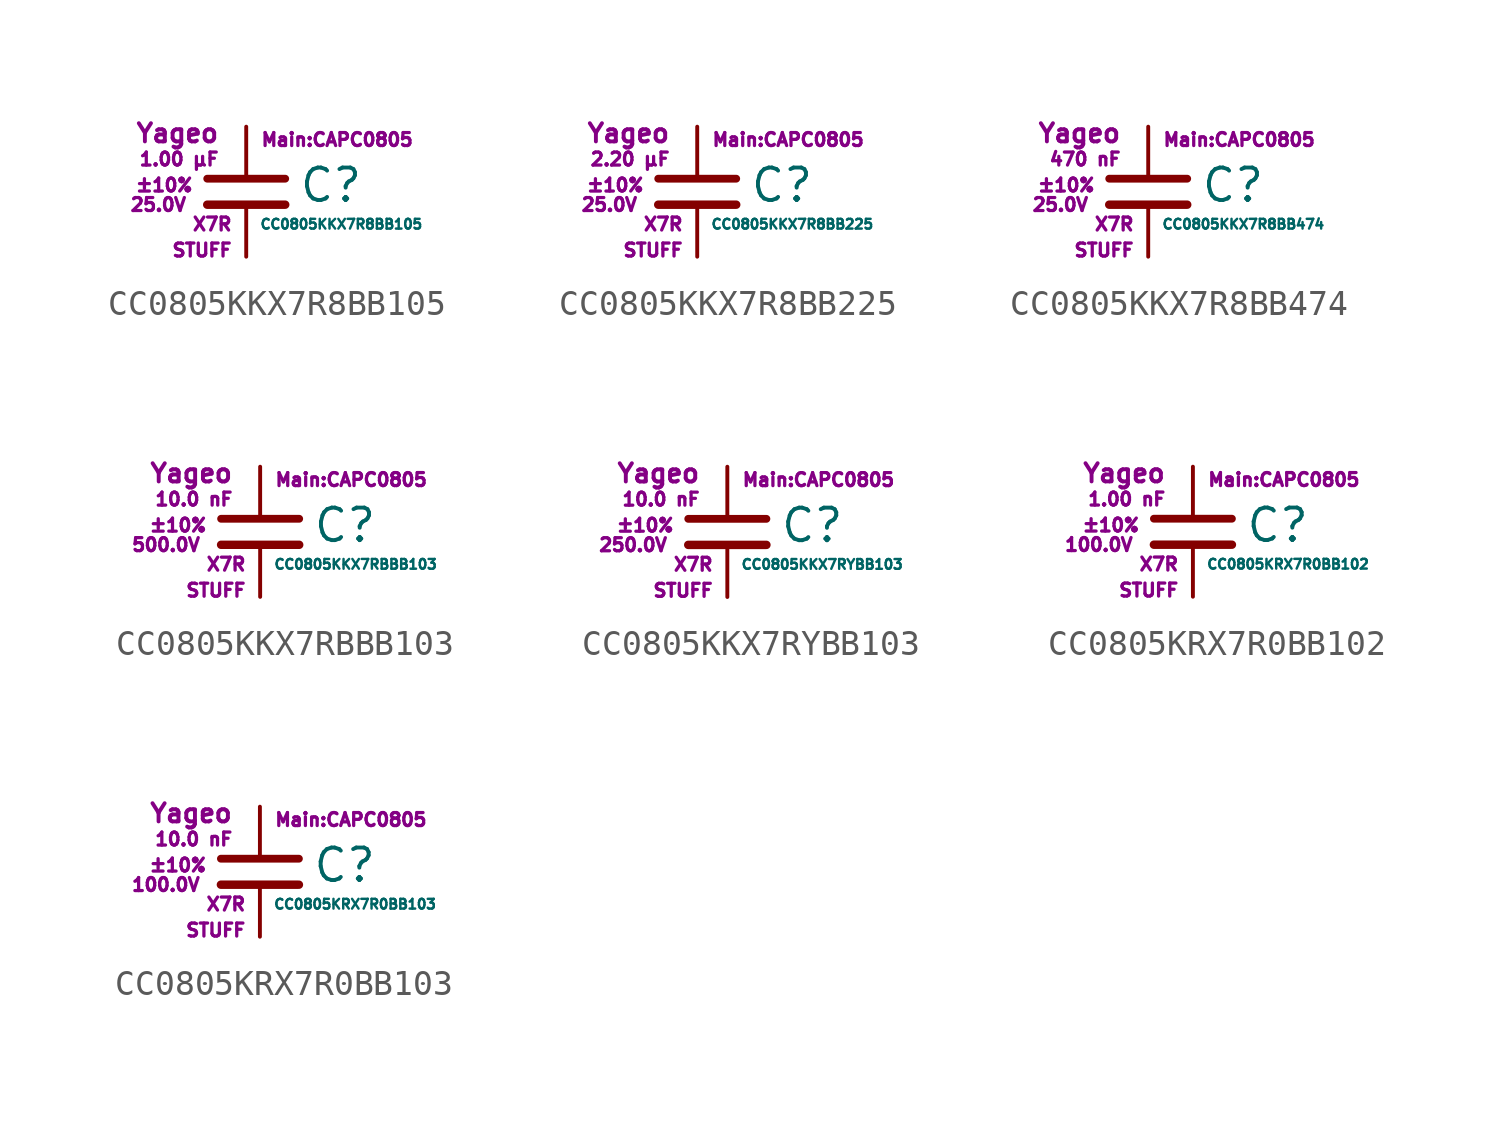
<source format=kicad_sym>
(kicad_symbol_lib
  (version 20211014)
  (generator kicad_symbol_editor)
  (symbol "CC0805KKX7R8BB105"
    (pin_numbers hide)
    (pin_names
      (offset 0.254) hide)
    (property "Reference" "C"
      (at 2.032 0.254 0)
      (effects (font (size 1.27 1.27)) (justify left)))
    (property "Value" "CC0805KKX7R8BB105"
      (at 0.508 -1.27 0)
      (effects (font (size 0.381 0.381)) (justify left)))
    (property "Footprint" "Main:CAPC0805"
      (at 3.556 2.032 0)
      (effects (font (size 0.508 0.508))))
    (property "Datasheet" ""
      (at 0.762 0.508 0)
      (effects (font (size 1.27 1.27))))
    (property "Manufacturer" "Yageo"
      (at -1.016 2.286 0)
      (effects (font (size 0.711 0.711)) (justify right)))
    (property "SKU" "STUFF"
      (at -0.508 -2.286 0)
      (effects (font (size 0.508 0.508)) (justify right)))
    (property "C" "1.00 µF"
      (at -1.016 1.27 0)
      (effects (font (size 0.508 0.508)) (justify right)))
    (property "Tol" "±10%"
      (at -2.032 0.254 0)
      (effects (font (size 0.508 0.508)) (justify right)))
    (property "Vmax" "25.0V"
      (at -2.286 -0.508 0)
      (effects (font (size 0.508 0.508)) (justify right)))
    (property "Type" "X7R"
      (at -0.508 -1.27 0)
      (effects (font (size 0.508 0.508)) (justify right)))
    (symbol "CC0805KKX7R8BB105_0_1"
      (polyline (pts (xy -1.524 -0.508) (xy 1.524 -0.508)) (stroke (width 0.33) (type default) (color 0 0 0 0)) (fill (type none)))
      (polyline (pts (xy -1.524 0.508) (xy 1.524 0.508)) (stroke (width 0.305) (type default) (color 0 0 0 0)) (fill (type none))))
    (symbol "CC0805KKX7R8BB105_1_1"
      (pin passive line (at 0 2.54 270) (length 1.905) (name "~" (effects (font (size 1.016 1.016)))) (number "1" (effects (font (size 1.016 1.016)))))
      (pin passive line (at 0 -2.54 90) (length 2.032) (name "~" (effects (font (size 1.016 1.016)))) (number "2" (effects (font (size 1.016 1.016)))))))
  (symbol "CC0805KKX7R8BB225"
    (pin_numbers hide)
    (pin_names
      (offset 0.254) hide)
    (property "Reference" "C"
      (at 2.032 0.254 0)
      (effects (font (size 1.27 1.27)) (justify left)))
    (property "Value" "CC0805KKX7R8BB225"
      (at 0.508 -1.27 0)
      (effects (font (size 0.381 0.381)) (justify left)))
    (property "Footprint" "Main:CAPC0805"
      (at 3.556 2.032 0)
      (effects (font (size 0.508 0.508))))
    (property "Datasheet" ""
      (at 0.762 0.508 0)
      (effects (font (size 1.27 1.27))))
    (property "Manufacturer" "Yageo"
      (at -1.016 2.286 0)
      (effects (font (size 0.711 0.711)) (justify right)))
    (property "SKU" "STUFF"
      (at -0.508 -2.286 0)
      (effects (font (size 0.508 0.508)) (justify right)))
    (property "C" "2.20 µF"
      (at -1.016 1.27 0)
      (effects (font (size 0.508 0.508)) (justify right)))
    (property "Tol" "±10%"
      (at -2.032 0.254 0)
      (effects (font (size 0.508 0.508)) (justify right)))
    (property "Vmax" "25.0V"
      (at -2.286 -0.508 0)
      (effects (font (size 0.508 0.508)) (justify right)))
    (property "Type" "X7R"
      (at -0.508 -1.27 0)
      (effects (font (size 0.508 0.508)) (justify right)))
    (symbol "CC0805KKX7R8BB225_0_1"
      (polyline (pts (xy -1.524 -0.508) (xy 1.524 -0.508)) (stroke (width 0.33) (type default) (color 0 0 0 0)) (fill (type none)))
      (polyline (pts (xy -1.524 0.508) (xy 1.524 0.508)) (stroke (width 0.305) (type default) (color 0 0 0 0)) (fill (type none))))
    (symbol "CC0805KKX7R8BB225_1_1"
      (pin passive line (at 0 2.54 270) (length 1.905) (name "~" (effects (font (size 1.016 1.016)))) (number "1" (effects (font (size 1.016 1.016)))))
      (pin passive line (at 0 -2.54 90) (length 2.032) (name "~" (effects (font (size 1.016 1.016)))) (number "2" (effects (font (size 1.016 1.016)))))))
  (symbol "CC0805KKX7R8BB474"
    (pin_numbers hide)
    (pin_names
      (offset 0.254) hide)
    (property "Reference" "C"
      (at 2.032 0.254 0)
      (effects (font (size 1.27 1.27)) (justify left)))
    (property "Value" "CC0805KKX7R8BB474"
      (at 0.508 -1.27 0)
      (effects (font (size 0.381 0.381)) (justify left)))
    (property "Footprint" "Main:CAPC0805"
      (at 3.556 2.032 0)
      (effects (font (size 0.508 0.508))))
    (property "Datasheet" ""
      (at 0.762 0.508 0)
      (effects (font (size 1.27 1.27))))
    (property "Manufacturer" "Yageo"
      (at -1.016 2.286 0)
      (effects (font (size 0.711 0.711)) (justify right)))
    (property "SKU" "STUFF"
      (at -0.508 -2.286 0)
      (effects (font (size 0.508 0.508)) (justify right)))
    (property "C" "470 nF"
      (at -1.016 1.27 0)
      (effects (font (size 0.508 0.508)) (justify right)))
    (property "Tol" "±10%"
      (at -2.032 0.254 0)
      (effects (font (size 0.508 0.508)) (justify right)))
    (property "Vmax" "25.0V"
      (at -2.286 -0.508 0)
      (effects (font (size 0.508 0.508)) (justify right)))
    (property "Type" "X7R"
      (at -0.508 -1.27 0)
      (effects (font (size 0.508 0.508)) (justify right)))
    (symbol "CC0805KKX7R8BB474_0_1"
      (polyline (pts (xy -1.524 -0.508) (xy 1.524 -0.508)) (stroke (width 0.33) (type default) (color 0 0 0 0)) (fill (type none)))
      (polyline (pts (xy -1.524 0.508) (xy 1.524 0.508)) (stroke (width 0.305) (type default) (color 0 0 0 0)) (fill (type none))))
    (symbol "CC0805KKX7R8BB474_1_1"
      (pin passive line (at 0 2.54 270) (length 1.905) (name "~" (effects (font (size 1.016 1.016)))) (number "1" (effects (font (size 1.016 1.016)))))
      (pin passive line (at 0 -2.54 90) (length 2.032) (name "~" (effects (font (size 1.016 1.016)))) (number "2" (effects (font (size 1.016 1.016)))))))
  (symbol "CC0805KKX7RBBB103"
    (pin_numbers hide)
    (pin_names
      (offset 0.254) hide)
    (property "Reference" "C"
      (at 2.032 0.254 0)
      (effects (font (size 1.27 1.27)) (justify left)))
    (property "Value" "CC0805KKX7RBBB103"
      (at 0.508 -1.27 0)
      (effects (font (size 0.381 0.381)) (justify left)))
    (property "Footprint" "Main:CAPC0805"
      (at 3.556 2.032 0)
      (effects (font (size 0.508 0.508))))
    (property "Datasheet" ""
      (at 0.762 0.508 0)
      (effects (font (size 1.27 1.27))))
    (property "Manufacturer" "Yageo"
      (at -1.016 2.286 0)
      (effects (font (size 0.711 0.711)) (justify right)))
    (property "SKU" "STUFF"
      (at -0.508 -2.286 0)
      (effects (font (size 0.508 0.508)) (justify right)))
    (property "C" "10.0 nF"
      (at -1.016 1.27 0)
      (effects (font (size 0.508 0.508)) (justify right)))
    (property "Tol" "±10%"
      (at -2.032 0.254 0)
      (effects (font (size 0.508 0.508)) (justify right)))
    (property "Vmax" "500.0V"
      (at -2.286 -0.508 0)
      (effects (font (size 0.508 0.508)) (justify right)))
    (property "Type" "X7R"
      (at -0.508 -1.27 0)
      (effects (font (size 0.508 0.508)) (justify right)))
    (symbol "CC0805KKX7RBBB103_0_1"
      (polyline (pts (xy -1.524 -0.508) (xy 1.524 -0.508)) (stroke (width 0.33) (type default) (color 0 0 0 0)) (fill (type none)))
      (polyline (pts (xy -1.524 0.508) (xy 1.524 0.508)) (stroke (width 0.305) (type default) (color 0 0 0 0)) (fill (type none))))
    (symbol "CC0805KKX7RBBB103_1_1"
      (pin passive line (at 0 2.54 270) (length 1.905) (name "~" (effects (font (size 1.016 1.016)))) (number "1" (effects (font (size 1.016 1.016)))))
      (pin passive line (at 0 -2.54 90) (length 2.032) (name "~" (effects (font (size 1.016 1.016)))) (number "2" (effects (font (size 1.016 1.016)))))))
  (symbol "CC0805KKX7RYBB103"
    (pin_numbers hide)
    (pin_names
      (offset 0.254) hide)
    (property "Reference" "C"
      (at 2.032 0.254 0)
      (effects (font (size 1.27 1.27)) (justify left)))
    (property "Value" "CC0805KKX7RYBB103"
      (at 0.508 -1.27 0)
      (effects (font (size 0.381 0.381)) (justify left)))
    (property "Footprint" "Main:CAPC0805"
      (at 3.556 2.032 0)
      (effects (font (size 0.508 0.508))))
    (property "Datasheet" ""
      (at 0.762 0.508 0)
      (effects (font (size 1.27 1.27))))
    (property "Manufacturer" "Yageo"
      (at -1.016 2.286 0)
      (effects (font (size 0.711 0.711)) (justify right)))
    (property "SKU" "STUFF"
      (at -0.508 -2.286 0)
      (effects (font (size 0.508 0.508)) (justify right)))
    (property "C" "10.0 nF"
      (at -1.016 1.27 0)
      (effects (font (size 0.508 0.508)) (justify right)))
    (property "Tol" "±10%"
      (at -2.032 0.254 0)
      (effects (font (size 0.508 0.508)) (justify right)))
    (property "Vmax" "250.0V"
      (at -2.286 -0.508 0)
      (effects (font (size 0.508 0.508)) (justify right)))
    (property "Type" "X7R"
      (at -0.508 -1.27 0)
      (effects (font (size 0.508 0.508)) (justify right)))
    (symbol "CC0805KKX7RYBB103_0_1"
      (polyline (pts (xy -1.524 -0.508) (xy 1.524 -0.508)) (stroke (width 0.33) (type default) (color 0 0 0 0)) (fill (type none)))
      (polyline (pts (xy -1.524 0.508) (xy 1.524 0.508)) (stroke (width 0.305) (type default) (color 0 0 0 0)) (fill (type none))))
    (symbol "CC0805KKX7RYBB103_1_1"
      (pin passive line (at 0 2.54 270) (length 1.905) (name "~" (effects (font (size 1.016 1.016)))) (number "1" (effects (font (size 1.016 1.016)))))
      (pin passive line (at 0 -2.54 90) (length 2.032) (name "~" (effects (font (size 1.016 1.016)))) (number "2" (effects (font (size 1.016 1.016)))))))
  (symbol "CC0805KRX7R0BB102"
    (pin_numbers hide)
    (pin_names
      (offset 0.254) hide)
    (property "Reference" "C"
      (at 2.032 0.254 0)
      (effects (font (size 1.27 1.27)) (justify left)))
    (property "Value" "CC0805KRX7R0BB102"
      (at 0.508 -1.27 0)
      (effects (font (size 0.381 0.381)) (justify left)))
    (property "Footprint" "Main:CAPC0805"
      (at 3.556 2.032 0)
      (effects (font (size 0.508 0.508))))
    (property "Datasheet" ""
      (at 0.762 0.508 0)
      (effects (font (size 1.27 1.27))))
    (property "Manufacturer" "Yageo"
      (at -1.016 2.286 0)
      (effects (font (size 0.711 0.711)) (justify right)))
    (property "SKU" "STUFF"
      (at -0.508 -2.286 0)
      (effects (font (size 0.508 0.508)) (justify right)))
    (property "C" "1.00 nF"
      (at -1.016 1.27 0)
      (effects (font (size 0.508 0.508)) (justify right)))
    (property "Tol" "±10%"
      (at -2.032 0.254 0)
      (effects (font (size 0.508 0.508)) (justify right)))
    (property "Vmax" "100.0V"
      (at -2.286 -0.508 0)
      (effects (font (size 0.508 0.508)) (justify right)))
    (property "Type" "X7R"
      (at -0.508 -1.27 0)
      (effects (font (size 0.508 0.508)) (justify right)))
    (symbol "CC0805KRX7R0BB102_0_1"
      (polyline (pts (xy -1.524 -0.508) (xy 1.524 -0.508)) (stroke (width 0.33) (type default) (color 0 0 0 0)) (fill (type none)))
      (polyline (pts (xy -1.524 0.508) (xy 1.524 0.508)) (stroke (width 0.305) (type default) (color 0 0 0 0)) (fill (type none))))
    (symbol "CC0805KRX7R0BB102_1_1"
      (pin passive line (at 0 2.54 270) (length 1.905) (name "~" (effects (font (size 1.016 1.016)))) (number "1" (effects (font (size 1.016 1.016)))))
      (pin passive line (at 0 -2.54 90) (length 2.032) (name "~" (effects (font (size 1.016 1.016)))) (number "2" (effects (font (size 1.016 1.016)))))))
  (symbol "CC0805KRX7R0BB103"
    (pin_numbers hide)
    (pin_names
      (offset 0.254) hide)
    (property "Reference" "C"
      (at 2.032 0.254 0)
      (effects (font (size 1.27 1.27)) (justify left)))
    (property "Value" "CC0805KRX7R0BB103"
      (at 0.508 -1.27 0)
      (effects (font (size 0.381 0.381)) (justify left)))
    (property "Footprint" "Main:CAPC0805"
      (at 3.556 2.032 0)
      (effects (font (size 0.508 0.508))))
    (property "Datasheet" ""
      (at 0.762 0.508 0)
      (effects (font (size 1.27 1.27))))
    (property "Manufacturer" "Yageo"
      (at -1.016 2.286 0)
      (effects (font (size 0.711 0.711)) (justify right)))
    (property "SKU" "STUFF"
      (at -0.508 -2.286 0)
      (effects (font (size 0.508 0.508)) (justify right)))
    (property "C" "10.0 nF"
      (at -1.016 1.27 0)
      (effects (font (size 0.508 0.508)) (justify right)))
    (property "Tol" "±10%"
      (at -2.032 0.254 0)
      (effects (font (size 0.508 0.508)) (justify right)))
    (property "Vmax" "100.0V"
      (at -2.286 -0.508 0)
      (effects (font (size 0.508 0.508)) (justify right)))
    (property "Type" "X7R"
      (at -0.508 -1.27 0)
      (effects (font (size 0.508 0.508)) (justify right)))
    (symbol "CC0805KRX7R0BB103_0_1"
      (polyline (pts (xy -1.524 -0.508) (xy 1.524 -0.508)) (stroke (width 0.33) (type default) (color 0 0 0 0)) (fill (type none)))
      (polyline (pts (xy -1.524 0.508) (xy 1.524 0.508)) (stroke (width 0.305) (type default) (color 0 0 0 0)) (fill (type none))))
    (symbol "CC0805KRX7R0BB103_1_1"
      (pin passive line (at 0 2.54 270) (length 1.905) (name "~" (effects (font (size 1.016 1.016)))) (number "1" (effects (font (size 1.016 1.016)))))
      (pin passive line (at 0 -2.54 90) (length 2.032) (name "~" (effects (font (size 1.016 1.016)))) (number "2" (effects (font (size 1.016 1.016))))))))
</source>
